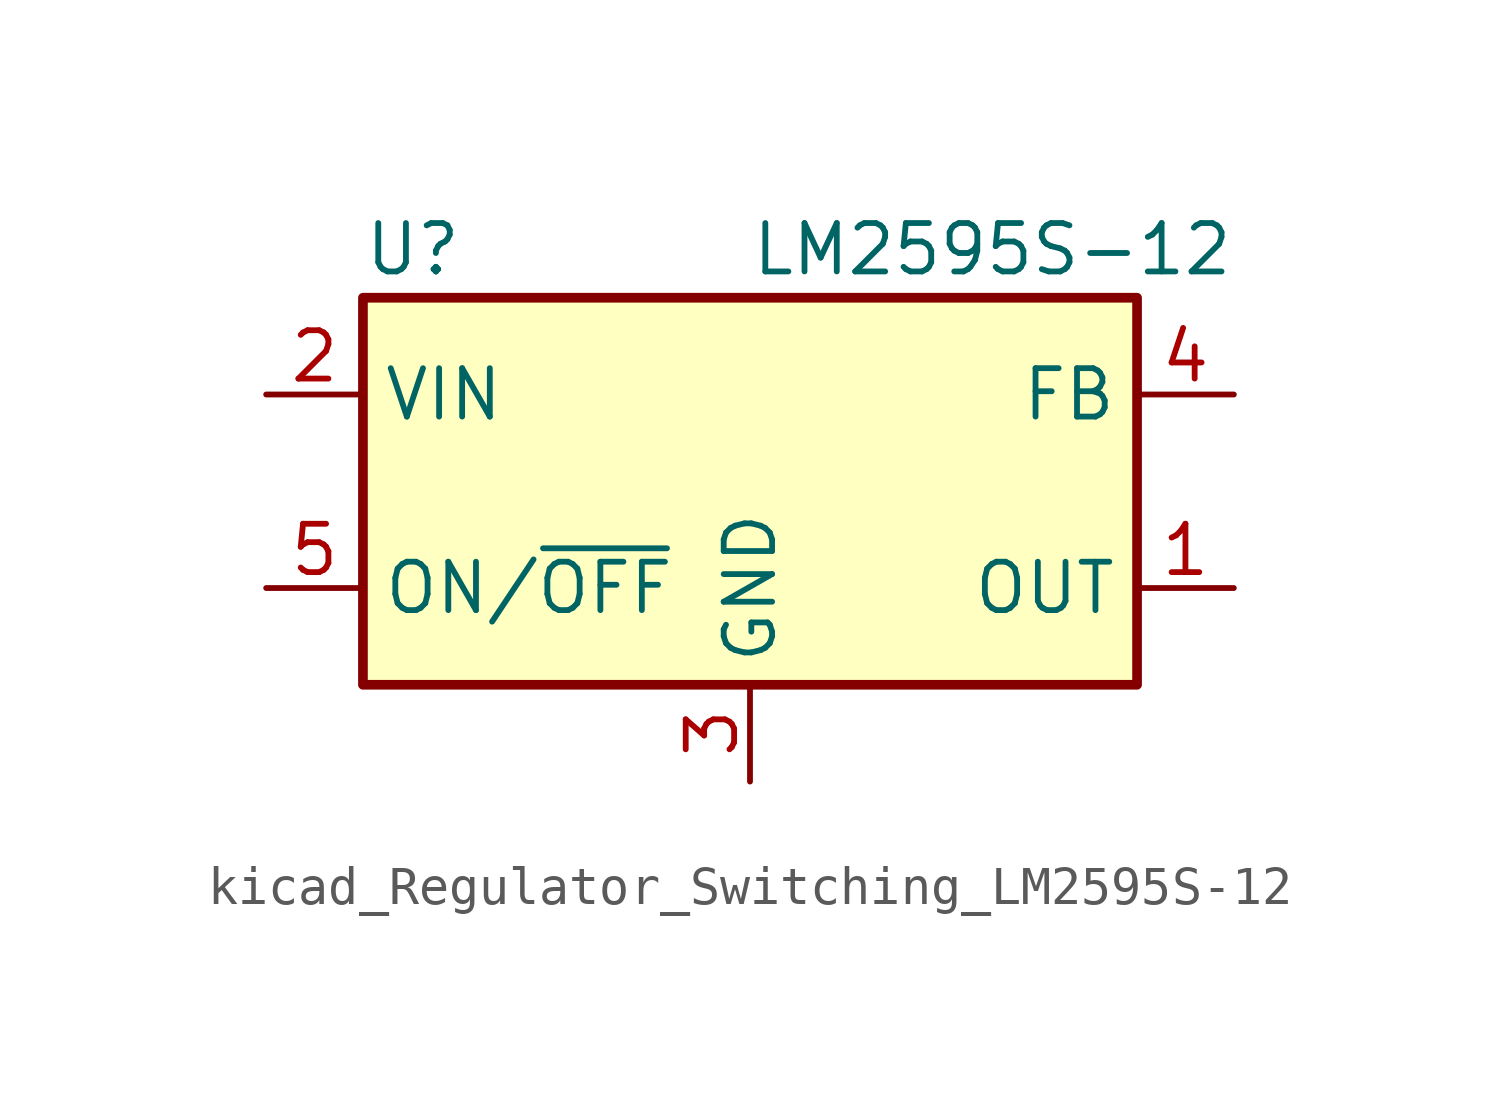
<source format=kicad_sym>
(kicad_symbol_lib
  (version 20220914)
  (generator kicad_symbol_editor)
  (symbol "kicad_Regulator_Switching_LM2595S-12"
    (property "Reference" "U"
      (at -10.16 6.35 0)
      (effects (font (size 1.27 1.27)) (justify left)))
    (property "Value" "LM2595S-12"
      (at 0 6.35 0)
      (effects (font (size 1.27 1.27)) (justify left)))
    (symbol "kicad_Regulator_Switching_LM2595S-12_0_1"
      (rectangle (start -10.16 5.08) (end 10.16 -5.08) (stroke (width 0.254) (type default)) (fill (type background))))
    (symbol "kicad_Regulator_Switching_LM2595S-12_1_1"
      (pin output line (at 12.7 -2.54 180) (length 2.54) (name "OUT" (effects (font (size 1.27 1.27)))) (number "1" (effects (font (size 1.27 1.27)))))
      (pin power_in line (at -12.7 2.54 0) (length 2.54) (name "VIN" (effects (font (size 1.27 1.27)))) (number "2" (effects (font (size 1.27 1.27)))))
      (pin power_in line (at 0 -7.62 90) (length 2.54) (name "GND" (effects (font (size 1.27 1.27)))) (number "3" (effects (font (size 1.27 1.27)))))
      (pin input line (at 12.7 2.54 180) (length 2.54) (name "FB" (effects (font (size 1.27 1.27)))) (number "4" (effects (font (size 1.27 1.27)))))
      (pin input line (at -12.7 -2.54 0) (length 2.54) (name "ON/~{OFF}" (effects (font (size 1.27 1.27)))) (number "5" (effects (font (size 1.27 1.27))))))))
</source>
